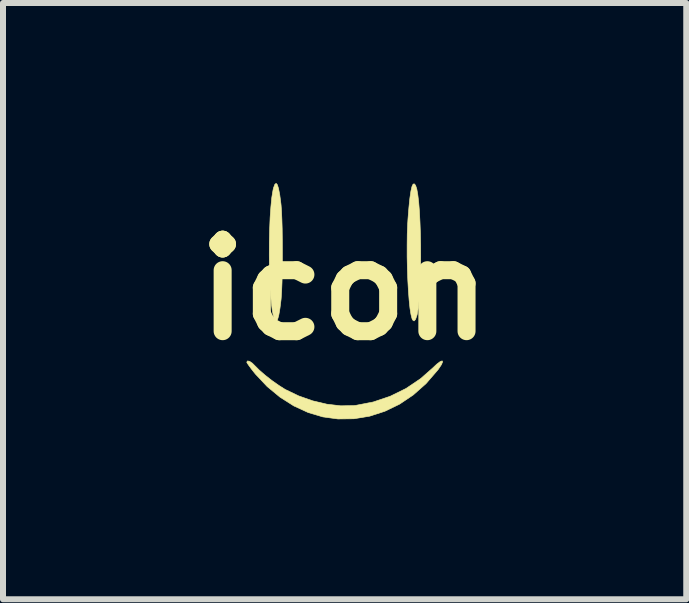
<source format=kicad_pcb>
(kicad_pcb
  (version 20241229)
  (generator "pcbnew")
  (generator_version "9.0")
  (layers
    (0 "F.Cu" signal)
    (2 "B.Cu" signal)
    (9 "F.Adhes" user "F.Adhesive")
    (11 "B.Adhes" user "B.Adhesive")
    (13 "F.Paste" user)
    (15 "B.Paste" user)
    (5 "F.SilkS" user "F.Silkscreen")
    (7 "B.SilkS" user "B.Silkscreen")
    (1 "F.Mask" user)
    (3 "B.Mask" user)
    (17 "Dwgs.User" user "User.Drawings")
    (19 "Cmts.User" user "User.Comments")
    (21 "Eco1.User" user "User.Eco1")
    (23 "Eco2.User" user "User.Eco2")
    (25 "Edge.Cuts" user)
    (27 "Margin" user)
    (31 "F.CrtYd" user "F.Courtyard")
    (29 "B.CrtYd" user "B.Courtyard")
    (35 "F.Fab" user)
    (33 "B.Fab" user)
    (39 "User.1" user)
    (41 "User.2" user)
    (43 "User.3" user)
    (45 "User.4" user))
  (footprint "icon"
    (layer "F.Cu")
    (at 2.692 1.779)
    (property "Reference" "icon" (at 0 0 0) (layer "F.SilkS") (effects (font (size 1.524 1.524) (thickness 0.3))))
    (attr through_hole)
    (fp_poly (pts (xy 1.183 -1.74) (xy 1.203 -1.68) (xy 1.22 -1.584) (xy 1.235 -1.457) (xy 1.247 -1.304) (xy 1.256 -1.131) (xy 1.263 -0.944) (xy 1.267 -0.748) (xy 1.268 -0.549) (xy 1.266 -0.352) (xy 1.261 -0.162) (xy 1.253 0.014) (xy 1.242 0.17) (xy 1.228 0.303) (xy 1.211 0.405) (xy 1.205 0.428) (xy 1.182 0.493) (xy 1.158 0.519) (xy 1.134 0.503) (xy 1.124 0.482) (xy 1.106 0.412) (xy 1.089 0.305) (xy 1.075 0.169) (xy 1.063 0.009) (xy 1.053 -0.168) (xy 1.046 -0.357) (xy 1.042 -0.55) (xy 1.042 -0.743) (xy 1.044 -0.928) (xy 1.051 -1.1) (xy 1.056 -1.179) (xy 1.072 -1.376) (xy 1.088 -1.531) (xy 1.105 -1.646) (xy 1.123 -1.723) (xy 1.142 -1.762) (xy 1.163 -1.765) (xy 1.183 -1.74)) (stroke (width 0.01) (type solid)) (fill yes) (layer "F.SilkS"))
    (fp_poly (pts (xy -1.12 -1.75) (xy -1.1 -1.685) (xy -1.08 -1.58) (xy -1.061 -1.435) (xy -1.058 -1.406) (xy -1.051 -1.307) (xy -1.045 -1.174) (xy -1.04 -1.015) (xy -1.038 -0.839) (xy -1.037 -0.653) (xy -1.037 -0.465) (xy -1.039 -0.285) (xy -1.043 -0.12) (xy -1.049 0.021) (xy -1.056 0.131) (xy -1.058 0.157) (xy -1.077 0.309) (xy -1.096 0.421) (xy -1.116 0.493) (xy -1.137 0.524) (xy -1.159 0.514) (xy -1.18 0.463) (xy -1.184 0.45) (xy -1.205 0.344) (xy -1.222 0.202) (xy -1.236 0.033) (xy -1.246 -0.159) (xy -1.253 -0.366) (xy -1.255 -0.581) (xy -1.254 -0.797) (xy -1.249 -1.008) (xy -1.241 -1.206) (xy -1.228 -1.386) (xy -1.213 -1.539) (xy -1.193 -1.66) (xy -1.184 -1.699) (xy -1.162 -1.757) (xy -1.141 -1.774) (xy -1.12 -1.75)) (stroke (width 0.01) (type solid)) (fill yes) (layer "F.SilkS"))
    (fp_poly (pts (xy 1.633 1.201) (xy 1.613 1.248) (xy 1.563 1.323) (xy 1.548 1.342) (xy 1.356 1.564) (xy 1.144 1.752) (xy 0.915 1.906) (xy 0.671 2.024) (xy 0.417 2.106) (xy 0.155 2.149) (xy -0.111 2.152) (xy -0.362 2.118) (xy -0.607 2.045) (xy -0.846 1.935) (xy -1.076 1.789) (xy -1.29 1.612) (xy -1.482 1.408) (xy -1.502 1.384) (xy -1.557 1.314) (xy -1.6 1.255) (xy -1.626 1.216) (xy -1.63 1.205) (xy -1.617 1.185) (xy -1.583 1.192) (xy -1.537 1.223) (xy -1.497 1.263) (xy -1.423 1.337) (xy -1.324 1.423) (xy -1.212 1.511) (xy -1.097 1.592) (xy -0.993 1.658) (xy -0.986 1.662) (xy -0.765 1.768) (xy -0.532 1.85) (xy -0.295 1.906) (xy -0.064 1.933) (xy 0.151 1.929) (xy 0.184 1.926) (xy 0.478 1.869) (xy 0.76 1.774) (xy 1.024 1.644) (xy 1.267 1.48) (xy 1.457 1.313) (xy 1.536 1.239) (xy 1.593 1.196) (xy 1.626 1.184) (xy 1.633 1.201)) (stroke (width 0.01) (type solid)) (fill yes) (layer "F.SilkS")))
  (gr_rect
    (start -3 -3)
    (end 8.385 6.936)
    (stroke (width 0.1) (type default))
    (fill no)
    (layer "Edge.Cuts")))
</source>
